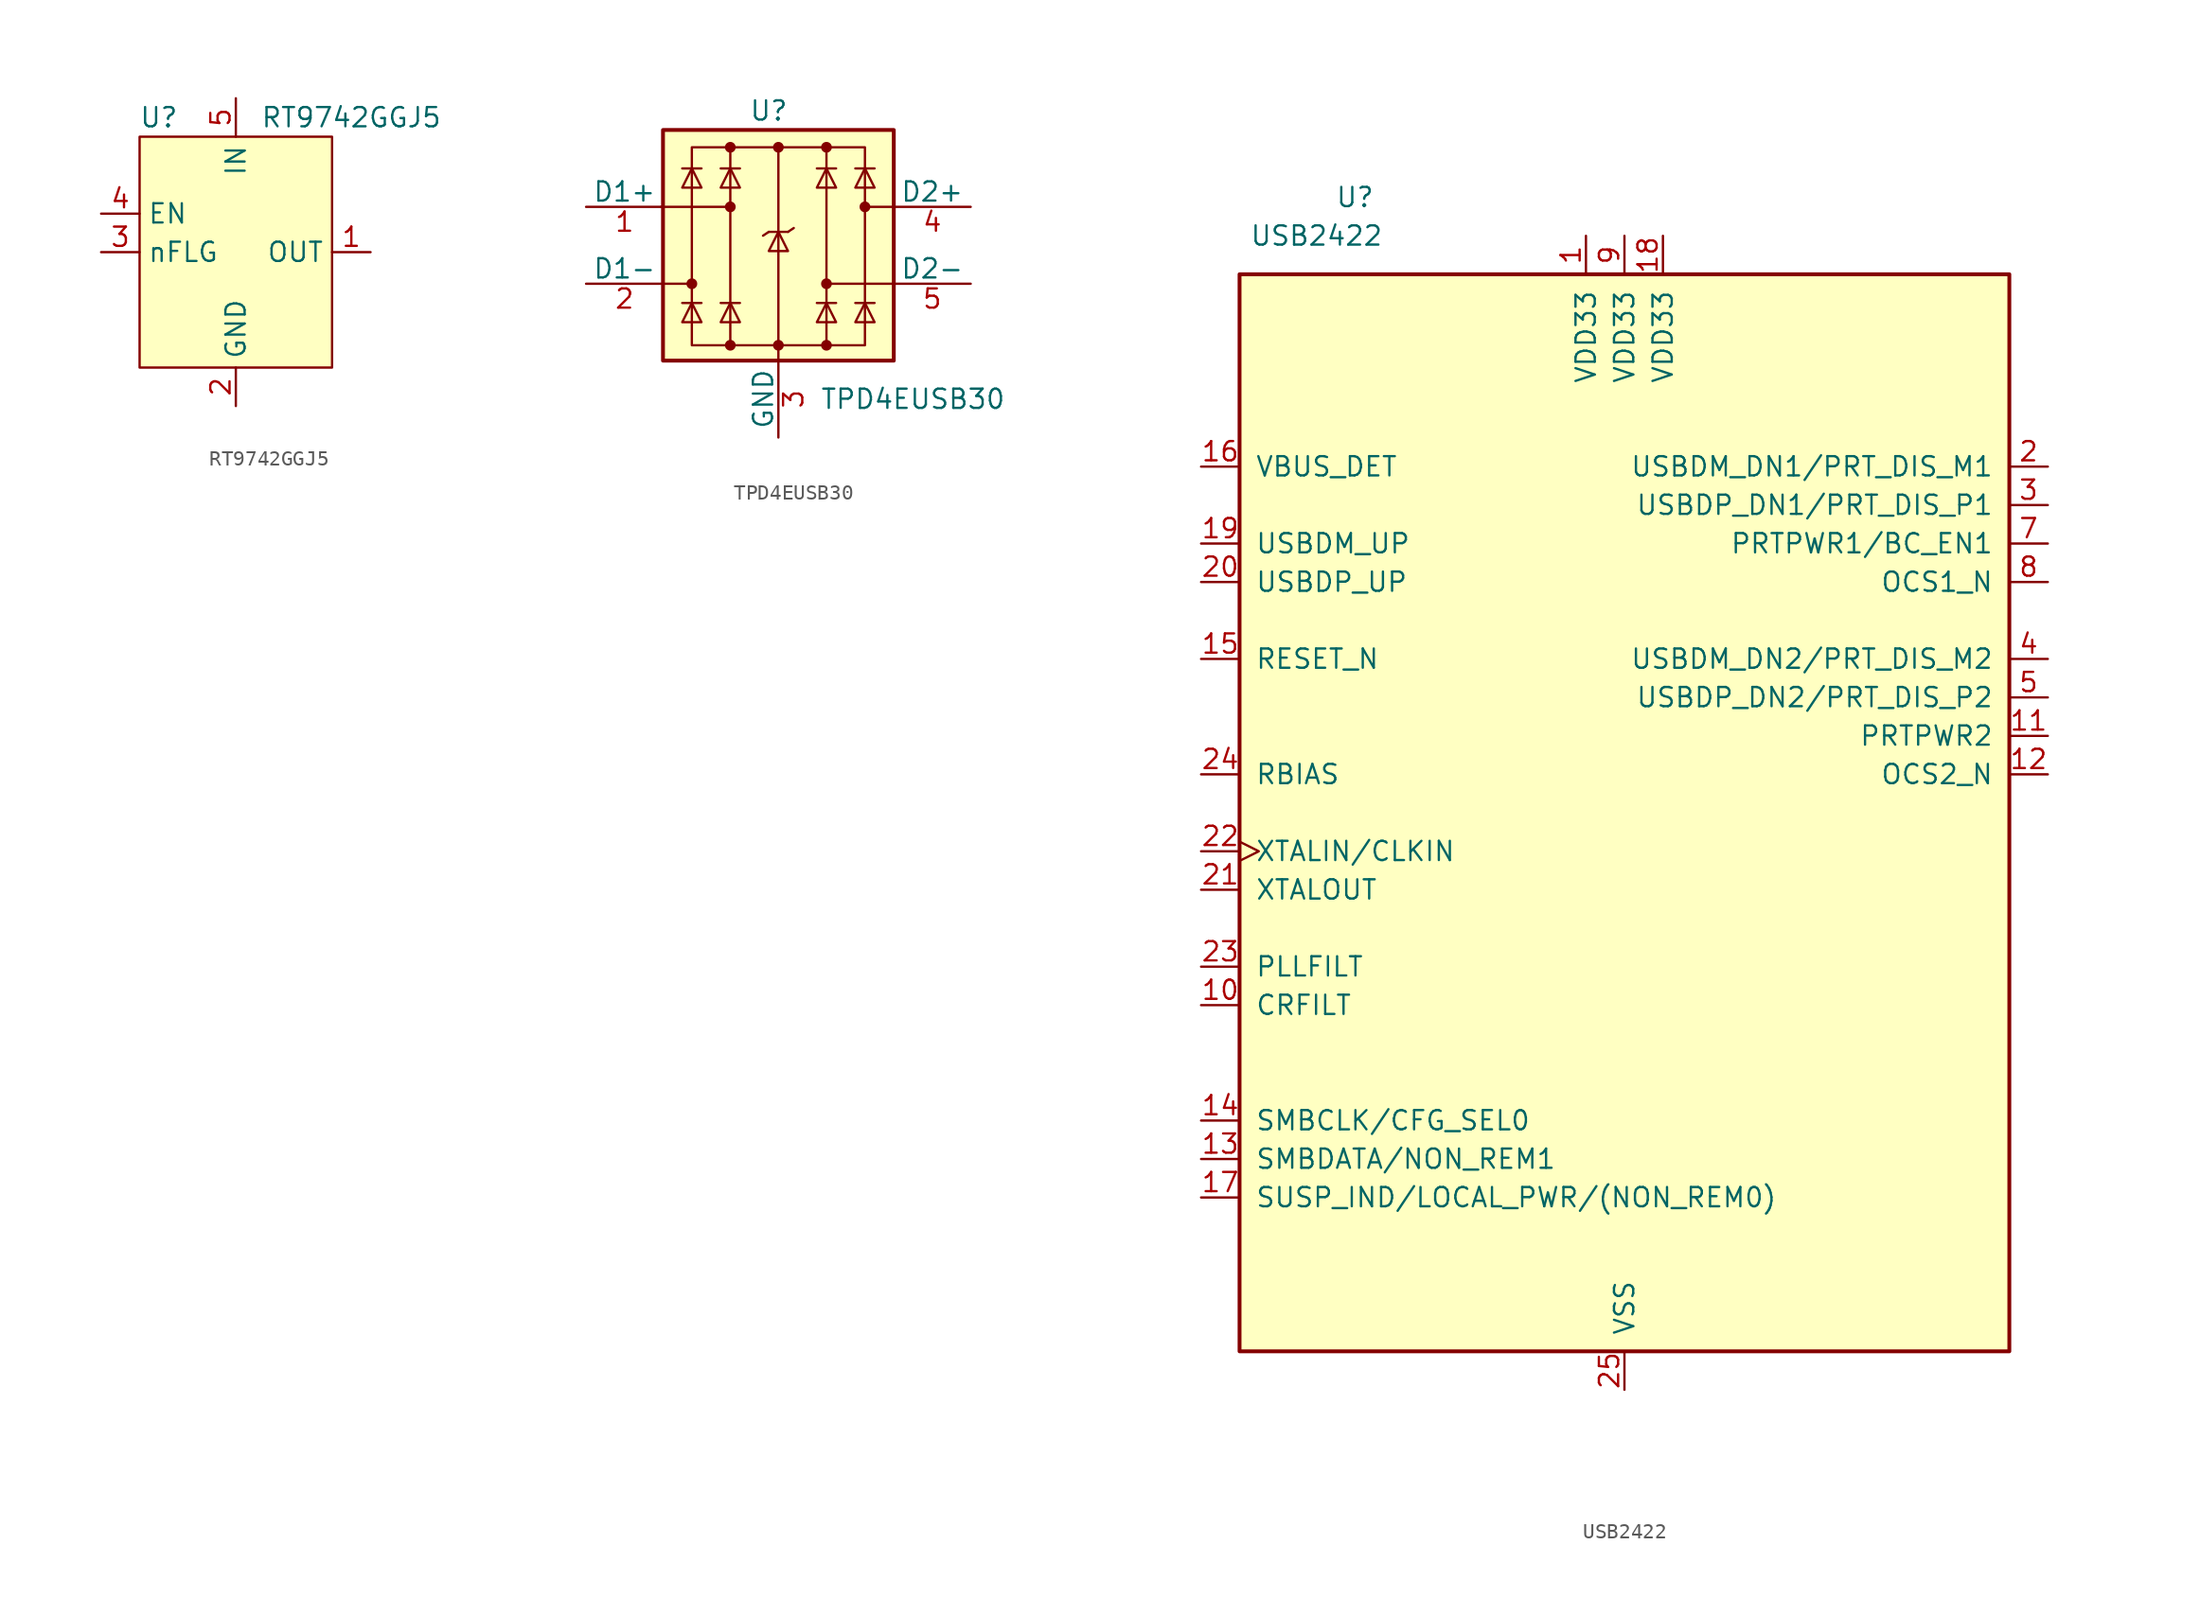
<source format=kicad_sym>
(kicad_symbol_lib
  (version 20211014)
  (generator kicad_symbol_editor)
  (symbol "RT9742GGJ5"
    (property "Reference" "U"
      (at -5.08 8.89 0)
      (effects (font (size 1.27 1.27))))
    (property "Value" "RT9742GGJ5"
      (at 7.62 8.89 0)
      (effects (font (size 1.27 1.27))))
    (symbol "RT9742GGJ5_0_0"
      (pin power_out line (at 8.89 0 180) (length 2.54) (name "OUT" (effects (font (size 1.27 1.27)))) (number "1" (effects (font (size 1.27 1.27)))))
      (pin power_in line (at 0 -10.16 90) (length 2.54) (name "GND" (effects (font (size 1.27 1.27)))) (number "2" (effects (font (size 1.27 1.27)))))
      (pin open_collector line (at -8.89 0 0) (length 2.54) (name "nFLG" (effects (font (size 1.27 1.27)))) (number "3" (effects (font (size 1.27 1.27)))))
      (pin input line (at -8.89 2.54 0) (length 2.54) (name "EN" (effects (font (size 1.27 1.27)))) (number "4" (effects (font (size 1.27 1.27)))))
      (pin power_in line (at 0 10.16 270) (length 2.54) (name "IN" (effects (font (size 1.27 1.27)))) (number "5" (effects (font (size 1.27 1.27))))))
    (symbol "RT9742GGJ5_0_1"
      (rectangle (start -6.35 7.62) (end 6.35 -7.62) (stroke (width 0) (type default) (color 0 0 0 0)) (fill (type background)))))
  (symbol "TPD4EUSB30"
    (pin_names
      (offset 0))
    (property "Reference" "U"
      (at -0.635 8.89 0)
      (effects (font (size 1.27 1.27))))
    (property "Value" "TPD4EUSB30"
      (at 8.89 -10.16 0)
      (effects (font (size 1.27 1.27))))
    (symbol "TPD4EUSB30_0_0"
      (rectangle (start -5.715 6.477) (end 5.715 -6.604) (stroke (width 0) (type default) (color 0 0 0 0)) (fill (type none)))
      (polyline (pts (xy -3.175 -6.604) (xy -3.175 6.477)) (stroke (width 0) (type default) (color 0 0 0 0)) (fill (type none)))
      (polyline (pts (xy 0 6.477) (xy 0 -6.604)) (stroke (width 0) (type default) (color 0 0 0 0)) (fill (type none)))
      (polyline (pts (xy 3.175 6.477) (xy 3.175 -6.604)) (stroke (width 0) (type default) (color 0 0 0 0)) (fill (type none))))
    (symbol "TPD4EUSB30_0_1"
      (rectangle (start -7.62 7.62) (end 7.62 -7.62) (stroke (width 0.254) (type default) (color 0 0 0 0)) (fill (type background)))
      (circle (center -5.715 -2.54) (radius 0.279) (stroke (width 0) (type default) (color 0 0 0 0)) (fill (type outline)))
      (circle (center -3.175 -6.604) (radius 0.279) (stroke (width 0) (type default) (color 0 0 0 0)) (fill (type outline)))
      (circle (center -3.175 2.54) (radius 0.279) (stroke (width 0) (type default) (color 0 0 0 0)) (fill (type outline)))
      (circle (center -3.175 6.477) (radius 0.279) (stroke (width 0) (type default) (color 0 0 0 0)) (fill (type outline)))
      (circle (center 0 -6.604) (radius 0.279) (stroke (width 0) (type default) (color 0 0 0 0)) (fill (type outline)))
      (polyline (pts (xy -7.747 2.54) (xy -3.175 2.54)) (stroke (width 0) (type default) (color 0 0 0 0)) (fill (type none)))
      (polyline (pts (xy -7.62 -2.54) (xy -5.715 -2.54)) (stroke (width 0) (type default) (color 0 0 0 0)) (fill (type none)))
      (polyline (pts (xy -5.08 -3.81) (xy -6.35 -3.81)) (stroke (width 0) (type default) (color 0 0 0 0)) (fill (type none)))
      (polyline (pts (xy -5.08 5.08) (xy -6.35 5.08)) (stroke (width 0) (type default) (color 0 0 0 0)) (fill (type none)))
      (polyline (pts (xy -2.54 -3.81) (xy -3.81 -3.81)) (stroke (width 0) (type default) (color 0 0 0 0)) (fill (type none)))
      (polyline (pts (xy -2.54 5.08) (xy -3.81 5.08)) (stroke (width 0) (type default) (color 0 0 0 0)) (fill (type none)))
      (polyline (pts (xy -0.635 0.889) (xy -1.016 0.635)) (stroke (width 0) (type default) (color 0 0 0 0)) (fill (type none)))
      (polyline (pts (xy 0 -6.604) (xy 0 -7.62)) (stroke (width 0) (type default) (color 0 0 0 0)) (fill (type none)))
      (polyline (pts (xy 0.635 0.889) (xy -0.635 0.889)) (stroke (width 0) (type default) (color 0 0 0 0)) (fill (type none)))
      (polyline (pts (xy 0.635 0.889) (xy 1.016 1.143)) (stroke (width 0) (type default) (color 0 0 0 0)) (fill (type none)))
      (polyline (pts (xy 3.81 -3.81) (xy 2.54 -3.81)) (stroke (width 0) (type default) (color 0 0 0 0)) (fill (type none)))
      (polyline (pts (xy 3.81 5.08) (xy 2.54 5.08)) (stroke (width 0) (type default) (color 0 0 0 0)) (fill (type none)))
      (polyline (pts (xy 6.35 -3.81) (xy 5.08 -3.81)) (stroke (width 0) (type default) (color 0 0 0 0)) (fill (type none)))
      (polyline (pts (xy 6.35 5.08) (xy 5.08 5.08)) (stroke (width 0) (type default) (color 0 0 0 0)) (fill (type none)))
      (polyline (pts (xy 7.62 -2.54) (xy 3.175 -2.54)) (stroke (width 0) (type default) (color 0 0 0 0)) (fill (type none)))
      (polyline (pts (xy 7.62 2.54) (xy 5.715 2.54)) (stroke (width 0) (type default) (color 0 0 0 0)) (fill (type none)))
      (polyline (pts (xy -5.08 -5.08) (xy -6.35 -5.08) (xy -5.715 -3.81) (xy -5.08 -5.08)) (stroke (width 0) (type default) (color 0 0 0 0)) (fill (type none)))
      (polyline (pts (xy -5.08 3.81) (xy -6.35 3.81) (xy -5.715 5.08) (xy -5.08 3.81)) (stroke (width 0) (type default) (color 0 0 0 0)) (fill (type none)))
      (polyline (pts (xy -2.54 -5.08) (xy -3.81 -5.08) (xy -3.175 -3.81) (xy -2.54 -5.08)) (stroke (width 0) (type default) (color 0 0 0 0)) (fill (type none)))
      (polyline (pts (xy -2.54 3.81) (xy -3.81 3.81) (xy -3.175 5.08) (xy -2.54 3.81)) (stroke (width 0) (type default) (color 0 0 0 0)) (fill (type none)))
      (polyline (pts (xy 0.635 -0.381) (xy -0.635 -0.381) (xy 0 0.889) (xy 0.635 -0.381)) (stroke (width 0) (type default) (color 0 0 0 0)) (fill (type none)))
      (polyline (pts (xy 3.81 -5.08) (xy 2.54 -5.08) (xy 3.175 -3.81) (xy 3.81 -5.08)) (stroke (width 0) (type default) (color 0 0 0 0)) (fill (type none)))
      (polyline (pts (xy 3.81 3.81) (xy 2.54 3.81) (xy 3.175 5.08) (xy 3.81 3.81)) (stroke (width 0) (type default) (color 0 0 0 0)) (fill (type none)))
      (polyline (pts (xy 6.35 -5.08) (xy 5.08 -5.08) (xy 5.715 -3.81) (xy 6.35 -5.08)) (stroke (width 0) (type default) (color 0 0 0 0)) (fill (type none)))
      (polyline (pts (xy 6.35 3.81) (xy 5.08 3.81) (xy 5.715 5.08) (xy 6.35 3.81)) (stroke (width 0) (type default) (color 0 0 0 0)) (fill (type none)))
      (circle (center 0 6.477) (radius 0.279) (stroke (width 0) (type default) (color 0 0 0 0)) (fill (type outline)))
      (circle (center 3.175 -6.604) (radius 0.279) (stroke (width 0) (type default) (color 0 0 0 0)) (fill (type outline)))
      (circle (center 3.175 -2.54) (radius 0.279) (stroke (width 0) (type default) (color 0 0 0 0)) (fill (type outline)))
      (circle (center 3.175 6.477) (radius 0.279) (stroke (width 0) (type default) (color 0 0 0 0)) (fill (type outline)))
      (circle (center 5.715 2.54) (radius 0.279) (stroke (width 0) (type default) (color 0 0 0 0)) (fill (type outline))))
    (symbol "TPD4EUSB30_1_1"
      (pin passive line (at -12.7 2.54 0) (length 5.08) (name "D1+" (effects (font (size 1.27 1.27)))) (number "1" (effects (font (size 1.27 1.27)))))
      (pin passive line (at -12.7 2.54 0) (length 5.08) hide (name "D1+" (effects (font (size 1.27 1.27)))) (number "10" (effects (font (size 1.27 1.27)))))
      (pin passive line (at -12.7 -2.54 0) (length 5.08) (name "D1-" (effects (font (size 1.27 1.27)))) (number "2" (effects (font (size 1.27 1.27)))))
      (pin power_in line (at 0 -12.7 90) (length 5.08) (name "GND" (effects (font (size 1.27 1.27)))) (number "3" (effects (font (size 1.27 1.27)))))
      (pin passive line (at 12.7 2.54 180) (length 5.08) (name "D2+" (effects (font (size 1.27 1.27)))) (number "4" (effects (font (size 1.27 1.27)))))
      (pin passive line (at 12.7 -2.54 180) (length 5.08) (name "D2-" (effects (font (size 1.27 1.27)))) (number "5" (effects (font (size 1.27 1.27)))))
      (pin passive line (at 12.7 -2.54 180) (length 5.08) hide (name "D2-" (effects (font (size 1.27 1.27)))) (number "6" (effects (font (size 1.27 1.27)))))
      (pin passive line (at 12.7 2.54 180) (length 5.08) hide (name "D2+" (effects (font (size 1.27 1.27)))) (number "7" (effects (font (size 1.27 1.27)))))
      (pin passive line (at 0 -12.7 90) (length 5.08) hide (name "GND" (effects (font (size 1.27 1.27)))) (number "8" (effects (font (size 1.27 1.27)))))
      (pin passive line (at -12.7 -2.54 0) (length 5.08) hide (name "D1-" (effects (font (size 1.27 1.27)))) (number "9" (effects (font (size 1.27 1.27)))))))
  (symbol "USB2422"
    (pin_names
      (offset 1.016))
    (property "Reference" "U"
      (at -17.78 40.64 0)
      (effects (font (size 1.27 1.27))))
    (property "Value" "USB2422"
      (at -20.32 38.1 0)
      (effects (font (size 1.27 1.27))))
    (symbol "USB2422_0_1"
      (rectangle (start -25.4 35.56) (end 25.4 -35.56) (stroke (width 0.254) (type default) (color 0 0 0 0)) (fill (type background))))
    (symbol "USB2422_1_1"
      (pin power_in line (at -2.54 38.1 270) (length 2.54) (name "VDD33" (effects (font (size 1.27 1.27)))) (number "1" (effects (font (size 1.27 1.27)))))
      (pin input line (at -27.94 -12.7 0) (length 2.54) (name "CRFILT" (effects (font (size 1.27 1.27)))) (number "10" (effects (font (size 1.27 1.27)))))
      (pin bidirectional line (at 27.94 5.08 180) (length 2.54) (name "PRTPWR2" (effects (font (size 1.27 1.27)))) (number "11" (effects (font (size 1.27 1.27)))))
      (pin input line (at 27.94 2.54 180) (length 2.54) (name "OCS2_N" (effects (font (size 1.27 1.27)))) (number "12" (effects (font (size 1.27 1.27)))))
      (pin bidirectional line (at -27.94 -22.86 0) (length 2.54) (name "SMBDATA/NON_REM1" (effects (font (size 1.27 1.27)))) (number "13" (effects (font (size 1.27 1.27)))))
      (pin bidirectional line (at -27.94 -20.32 0) (length 2.54) (name "SMBCLK/CFG_SEL0" (effects (font (size 1.27 1.27)))) (number "14" (effects (font (size 1.27 1.27)))))
      (pin input line (at -27.94 10.16 0) (length 2.54) (name "RESET_N" (effects (font (size 1.27 1.27)))) (number "15" (effects (font (size 1.27 1.27)))))
      (pin input line (at -27.94 22.86 0) (length 2.54) (name "VBUS_DET" (effects (font (size 1.27 1.27)))) (number "16" (effects (font (size 1.27 1.27)))))
      (pin bidirectional line (at -27.94 -25.4 0) (length 2.54) (name "SUSP_IND/LOCAL_PWR/(NON_REM0)" (effects (font (size 1.27 1.27)))) (number "17" (effects (font (size 1.27 1.27)))))
      (pin power_in line (at 2.54 38.1 270) (length 2.54) (name "VDD33" (effects (font (size 1.27 1.27)))) (number "18" (effects (font (size 1.27 1.27)))))
      (pin bidirectional line (at -27.94 17.78 0) (length 2.54) (name "USBDM_UP" (effects (font (size 1.27 1.27)))) (number "19" (effects (font (size 1.27 1.27)))))
      (pin bidirectional line (at 27.94 22.86 180) (length 2.54) (name "USBDM_DN1/PRT_DIS_M1" (effects (font (size 1.27 1.27)))) (number "2" (effects (font (size 1.27 1.27)))))
      (pin bidirectional line (at -27.94 15.24 0) (length 2.54) (name "USBDP_UP" (effects (font (size 1.27 1.27)))) (number "20" (effects (font (size 1.27 1.27)))))
      (pin output line (at -27.94 -5.08 0) (length 2.54) (name "XTALOUT" (effects (font (size 1.27 1.27)))) (number "21" (effects (font (size 1.27 1.27)))))
      (pin input clock (at -27.94 -2.54 0) (length 2.54) (name "XTALIN/CLKIN" (effects (font (size 1.27 1.27)))) (number "22" (effects (font (size 1.27 1.27)))))
      (pin input line (at -27.94 -10.16 0) (length 2.54) (name "PLLFILT" (effects (font (size 1.27 1.27)))) (number "23" (effects (font (size 1.27 1.27)))))
      (pin input line (at -27.94 2.54 0) (length 2.54) (name "RBIAS" (effects (font (size 1.27 1.27)))) (number "24" (effects (font (size 1.27 1.27)))))
      (pin power_in line (at 0 -38.1 90) (length 2.54) (name "VSS" (effects (font (size 1.27 1.27)))) (number "25" (effects (font (size 1.27 1.27)))))
      (pin bidirectional line (at 27.94 20.32 180) (length 2.54) (name "USBDP_DN1/PRT_DIS_P1" (effects (font (size 1.27 1.27)))) (number "3" (effects (font (size 1.27 1.27)))))
      (pin bidirectional line (at 27.94 10.16 180) (length 2.54) (name "USBDM_DN2/PRT_DIS_M2" (effects (font (size 1.27 1.27)))) (number "4" (effects (font (size 1.27 1.27)))))
      (pin bidirectional line (at 27.94 7.62 180) (length 2.54) (name "USBDP_DN2/PRT_DIS_P2" (effects (font (size 1.27 1.27)))) (number "5" (effects (font (size 1.27 1.27)))))
      (pin bidirectional line (at 27.94 17.78 180) (length 2.54) (name "PRTPWR1/BC_EN1" (effects (font (size 1.27 1.27)))) (number "7" (effects (font (size 1.27 1.27)))))
      (pin input line (at 27.94 15.24 180) (length 2.54) (name "OCS1_N" (effects (font (size 1.27 1.27)))) (number "8" (effects (font (size 1.27 1.27)))))
      (pin power_in line (at 0 38.1 270) (length 2.54) (name "VDD33" (effects (font (size 1.27 1.27)))) (number "9" (effects (font (size 1.27 1.27))))))))
</source>
